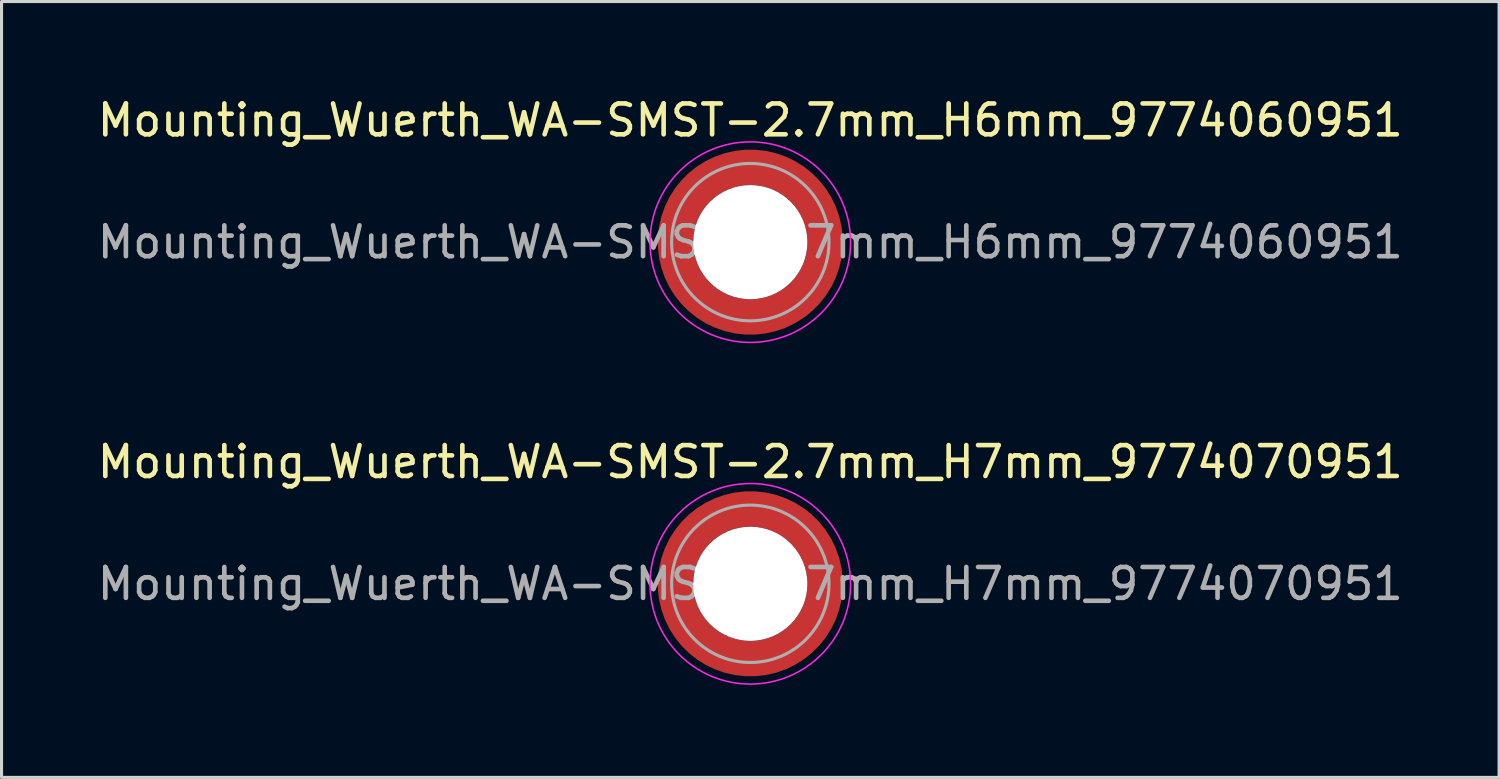
<source format=kicad_pcb>
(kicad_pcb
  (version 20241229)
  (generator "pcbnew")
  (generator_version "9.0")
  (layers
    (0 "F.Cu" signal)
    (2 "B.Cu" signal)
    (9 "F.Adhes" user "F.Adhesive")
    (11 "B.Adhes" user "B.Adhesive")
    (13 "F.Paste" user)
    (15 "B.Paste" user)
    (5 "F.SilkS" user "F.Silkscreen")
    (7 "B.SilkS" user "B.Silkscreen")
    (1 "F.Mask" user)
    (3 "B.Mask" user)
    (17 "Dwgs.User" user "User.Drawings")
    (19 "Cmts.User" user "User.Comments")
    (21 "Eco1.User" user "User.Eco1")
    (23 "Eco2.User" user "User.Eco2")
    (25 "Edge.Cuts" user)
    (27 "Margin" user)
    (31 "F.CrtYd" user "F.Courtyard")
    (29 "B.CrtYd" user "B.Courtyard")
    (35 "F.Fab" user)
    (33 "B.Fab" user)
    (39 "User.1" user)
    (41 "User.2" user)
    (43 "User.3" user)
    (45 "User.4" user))
  (footprint "Mounting_Wuerth_WA-SMST-2.7mm_H6mm_9774060951"
    (layer "F.Cu")
    (at 21.268 4.798)
    (property "Reference" "Mounting_Wuerth_WA-SMST-2.7mm_H6mm_9774060951" (at 0 -3.95 0) (layer "F.SilkS") (effects (font (size 1 1) (thickness 0.15))))
    (attr smd)
    (fp_circle (center 0 0) (end 3.25 0) (stroke (width 0.05) (type solid)) (fill no) (layer "F.CrtYd"))
    (fp_circle (center 0 0) (end 2.55 0) (stroke (width 0.1) (type solid)) (fill no) (layer "F.Fab"))
    (fp_text user "${REFERENCE}" (at 0 0 0) (layer "F.Fab") (effects (font (size 1 1) (thickness 0.15))))
    (pad "" smd custom (at -1.704 -1.704) (size 0.62 0.62) (layers "F.Paste") (options (anchor circle)) (primitives (gr_arc (start -0.250195 1.279127) (mid 0.289146 0.290681) (end 1.277006 -0.249732) (width 0.2)) (gr_arc (start -0.34334 1.279127) (mid 0.224883 0.226093) (end 1.277452 -0.342992) (width 0.2)) (gr_arc (start -0.436309 1.279127) (mid 0.160537 0.16159) (end 1.277666 -0.436018) (width 0.2)) (gr_arc (start -0.529126 1.279127) (mid 0.095932 0.097343) (end 1.277167 -0.528752) (width 0.2)) (gr_arc (start -0.621807 1.279127) (mid 0.0309 0.033527) (end 1.275473 -0.621136) (width 0.2)) (gr_arc (start -0.71437 1.279127) (mid -0.03322 -0.031206) (end 1.276322 -0.713875) (width 0.2)) (gr_arc (start -0.806826 1.279127) (mid -0.097997 -0.095278) (end 1.275336 -0.806181) (width 0.2)) (gr_arc (start -0.899187 1.279127) (mid -0.161977 -0.160149) (end 1.276577 -0.898769) (width 0.2)) (gr_arc (start -0.991463 1.279127) (mid -0.226842 -0.224133) (end 1.275343 -0.990864) (width 0.2)) (gr_arc (start -1.083663 1.279127) (mid -0.291026 -0.288801) (end 1.276016 -1.083187) (width 0.2)) (gr_line (start 1.279 -0.25) (end 1.279 -1.084) (width 0.2)) (gr_line (start -0.25 1.279) (end -1.084 1.279) (width 0.2))))
    (pad "" smd custom (at -1.704 1.704) (size 0.62 0.62) (layers "F.Paste") (options (anchor circle)) (primitives (gr_arc (start 1.279127 0.250195) (mid 0.290681 -0.289146) (end -0.249732 -1.277006) (width 0.2)) (gr_arc (start 1.279127 0.34334) (mid 0.226093 -0.224883) (end -0.342992 -1.277452) (width 0.2)) (gr_arc (start 1.279127 0.436309) (mid 0.16159 -0.160537) (end -0.436018 -1.277666) (width 0.2)) (gr_arc (start 1.279127 0.529126) (mid 0.097343 -0.095932) (end -0.528752 -1.277167) (width 0.2)) (gr_arc (start 1.279127 0.621807) (mid 0.033527 -0.0309) (end -0.621136 -1.275473) (width 0.2)) (gr_arc (start 1.279127 0.71437) (mid -0.031206 0.03322) (end -0.713875 -1.276322) (width 0.2)) (gr_arc (start 1.279127 0.806826) (mid -0.095278 0.097997) (end -0.806181 -1.275336) (width 0.2)) (gr_arc (start 1.279127 0.899187) (mid -0.160149 0.161977) (end -0.898769 -1.276577) (width 0.2)) (gr_arc (start 1.279127 0.991463) (mid -0.224133 0.226842) (end -0.990864 -1.275343) (width 0.2)) (gr_arc (start 1.279127 1.083663) (mid -0.288801 0.291026) (end -1.083187 -1.276016) (width 0.2)) (gr_line (start -0.25 -1.279) (end -1.084 -1.279) (width 0.2)) (gr_line (start 1.279 0.25) (end 1.279 1.084) (width 0.2))))
    (pad "" np_thru_hole circle (at 0 0) (size 3.7 3.7) (drill 3.7) (layers "*.Cu" "*.Mask"))
    (pad "" smd custom (at 1.704 -1.704) (size 0.62 0.62) (layers "F.Paste") (options (anchor circle)) (primitives (gr_arc (start -1.279127 -0.250195) (mid -0.290681 0.289146) (end 0.249732 1.277006) (width 0.2)) (gr_arc (start -1.279127 -0.34334) (mid -0.226093 0.224883) (end 0.342992 1.277452) (width 0.2)) (gr_arc (start -1.279127 -0.436309) (mid -0.16159 0.160537) (end 0.436018 1.277666) (width 0.2)) (gr_arc (start -1.279127 -0.529126) (mid -0.097343 0.095932) (end 0.528752 1.277167) (width 0.2)) (gr_arc (start -1.279127 -0.621807) (mid -0.033527 0.0309) (end 0.621136 1.275473) (width 0.2)) (gr_arc (start -1.279127 -0.71437) (mid 0.031206 -0.03322) (end 0.713875 1.276322) (width 0.2)) (gr_arc (start -1.279127 -0.806826) (mid 0.095278 -0.097997) (end 0.806181 1.275336) (width 0.2)) (gr_arc (start -1.279127 -0.899187) (mid 0.160149 -0.161977) (end 0.898769 1.276577) (width 0.2)) (gr_arc (start -1.279127 -0.991463) (mid 0.224133 -0.226842) (end 0.990864 1.275343) (width 0.2)) (gr_arc (start -1.279127 -1.083663) (mid 0.288801 -0.291026) (end 1.083187 1.276016) (width 0.2)) (gr_line (start 0.25 1.279) (end 1.084 1.279) (width 0.2)) (gr_line (start -1.279 -0.25) (end -1.279 -1.084) (width 0.2))))
    (pad "" smd custom (at 1.704 1.704) (size 0.62 0.62) (layers "F.Paste") (options (anchor circle)) (primitives (gr_arc (start 0.250195 -1.279127) (mid -0.289146 -0.290681) (end -1.277006 0.249732) (width 0.2)) (gr_arc (start 0.34334 -1.279127) (mid -0.224883 -0.226093) (end -1.277452 0.342992) (width 0.2)) (gr_arc (start 0.436309 -1.279127) (mid -0.160537 -0.16159) (end -1.277666 0.436018) (width 0.2)) (gr_arc (start 0.529126 -1.279127) (mid -0.095932 -0.097343) (end -1.277167 0.528752) (width 0.2)) (gr_arc (start 0.621807 -1.279127) (mid -0.0309 -0.033527) (end -1.275473 0.621136) (width 0.2)) (gr_arc (start 0.71437 -1.279127) (mid 0.03322 0.031206) (end -1.276322 0.713875) (width 0.2)) (gr_arc (start 0.806826 -1.279127) (mid 0.097997 0.095278) (end -1.275336 0.806181) (width 0.2)) (gr_arc (start 0.899187 -1.279127) (mid 0.161977 0.160149) (end -1.276577 0.898769) (width 0.2)) (gr_arc (start 0.991463 -1.279127) (mid 0.226842 0.224133) (end -1.275343 0.990864) (width 0.2)) (gr_arc (start 1.083663 -1.279127) (mid 0.291026 0.288801) (end -1.276016 1.083187) (width 0.2)) (gr_line (start -1.279 0.25) (end -1.279 1.084) (width 0.2)) (gr_line (start 0.25 -1.279) (end 1.084 -1.279) (width 0.2))))
    (pad "1" smd circle (at -2.425 0) (size 0.75 0.75) (layers "F.Cu"))
    (pad "1" smd circle (at 0 -2.425) (size 0.75 0.75) (layers "F.Cu"))
    (pad "1" smd circle (at 0 2.425) (size 0.75 0.75) (layers "F.Cu"))
    (pad "1" smd custom (at 2.425 0) (size 0.75 0.75) (layers "F.Cu" "F.Mask") (options (anchor circle)) (primitives (gr_circle (center -2.425 0) (end 0 0) (width 1.15) (fill no)))))
  (footprint "Mounting_Wuerth_WA-SMST-2.7mm_H7mm_9774070951"
    (layer "F.Cu")
    (at 21.268 15.871)
    (property "Reference" "Mounting_Wuerth_WA-SMST-2.7mm_H7mm_9774070951" (at 0 -3.95 0) (layer "F.SilkS") (effects (font (size 1 1) (thickness 0.15))))
    (attr smd)
    (fp_circle (center 0 0) (end 3.25 0) (stroke (width 0.05) (type solid)) (fill no) (layer "F.CrtYd"))
    (fp_circle (center 0 0) (end 2.55 0) (stroke (width 0.1) (type solid)) (fill no) (layer "F.Fab"))
    (fp_text user "${REFERENCE}" (at 0 0 0) (layer "F.Fab") (effects (font (size 1 1) (thickness 0.15))))
    (pad "" smd custom (at -1.704 -1.704) (size 0.62 0.62) (layers "F.Paste") (options (anchor circle)) (primitives (gr_arc (start -0.250195 1.279127) (mid 0.289146 0.290681) (end 1.277006 -0.249732) (width 0.2)) (gr_arc (start -0.34334 1.279127) (mid 0.224883 0.226093) (end 1.277452 -0.342992) (width 0.2)) (gr_arc (start -0.436309 1.279127) (mid 0.160537 0.16159) (end 1.277666 -0.436018) (width 0.2)) (gr_arc (start -0.529126 1.279127) (mid 0.095932 0.097343) (end 1.277167 -0.528752) (width 0.2)) (gr_arc (start -0.621807 1.279127) (mid 0.0309 0.033527) (end 1.275473 -0.621136) (width 0.2)) (gr_arc (start -0.71437 1.279127) (mid -0.03322 -0.031206) (end 1.276322 -0.713875) (width 0.2)) (gr_arc (start -0.806826 1.279127) (mid -0.097997 -0.095278) (end 1.275336 -0.806181) (width 0.2)) (gr_arc (start -0.899187 1.279127) (mid -0.161977 -0.160149) (end 1.276577 -0.898769) (width 0.2)) (gr_arc (start -0.991463 1.279127) (mid -0.226842 -0.224133) (end 1.275343 -0.990864) (width 0.2)) (gr_arc (start -1.083663 1.279127) (mid -0.291026 -0.288801) (end 1.276016 -1.083187) (width 0.2)) (gr_line (start 1.279 -0.25) (end 1.279 -1.084) (width 0.2)) (gr_line (start -0.25 1.279) (end -1.084 1.279) (width 0.2))))
    (pad "" smd custom (at -1.704 1.704) (size 0.62 0.62) (layers "F.Paste") (options (anchor circle)) (primitives (gr_arc (start 1.279127 0.250195) (mid 0.290681 -0.289146) (end -0.249732 -1.277006) (width 0.2)) (gr_arc (start 1.279127 0.34334) (mid 0.226093 -0.224883) (end -0.342992 -1.277452) (width 0.2)) (gr_arc (start 1.279127 0.436309) (mid 0.16159 -0.160537) (end -0.436018 -1.277666) (width 0.2)) (gr_arc (start 1.279127 0.529126) (mid 0.097343 -0.095932) (end -0.528752 -1.277167) (width 0.2)) (gr_arc (start 1.279127 0.621807) (mid 0.033527 -0.0309) (end -0.621136 -1.275473) (width 0.2)) (gr_arc (start 1.279127 0.71437) (mid -0.031206 0.03322) (end -0.713875 -1.276322) (width 0.2)) (gr_arc (start 1.279127 0.806826) (mid -0.095278 0.097997) (end -0.806181 -1.275336) (width 0.2)) (gr_arc (start 1.279127 0.899187) (mid -0.160149 0.161977) (end -0.898769 -1.276577) (width 0.2)) (gr_arc (start 1.279127 0.991463) (mid -0.224133 0.226842) (end -0.990864 -1.275343) (width 0.2)) (gr_arc (start 1.279127 1.083663) (mid -0.288801 0.291026) (end -1.083187 -1.276016) (width 0.2)) (gr_line (start -0.25 -1.279) (end -1.084 -1.279) (width 0.2)) (gr_line (start 1.279 0.25) (end 1.279 1.084) (width 0.2))))
    (pad "" np_thru_hole circle (at 0 0) (size 3.7 3.7) (drill 3.7) (layers "*.Cu" "*.Mask"))
    (pad "" smd custom (at 1.704 -1.704) (size 0.62 0.62) (layers "F.Paste") (options (anchor circle)) (primitives (gr_arc (start -1.279127 -0.250195) (mid -0.290681 0.289146) (end 0.249732 1.277006) (width 0.2)) (gr_arc (start -1.279127 -0.34334) (mid -0.226093 0.224883) (end 0.342992 1.277452) (width 0.2)) (gr_arc (start -1.279127 -0.436309) (mid -0.16159 0.160537) (end 0.436018 1.277666) (width 0.2)) (gr_arc (start -1.279127 -0.529126) (mid -0.097343 0.095932) (end 0.528752 1.277167) (width 0.2)) (gr_arc (start -1.279127 -0.621807) (mid -0.033527 0.0309) (end 0.621136 1.275473) (width 0.2)) (gr_arc (start -1.279127 -0.71437) (mid 0.031206 -0.03322) (end 0.713875 1.276322) (width 0.2)) (gr_arc (start -1.279127 -0.806826) (mid 0.095278 -0.097997) (end 0.806181 1.275336) (width 0.2)) (gr_arc (start -1.279127 -0.899187) (mid 0.160149 -0.161977) (end 0.898769 1.276577) (width 0.2)) (gr_arc (start -1.279127 -0.991463) (mid 0.224133 -0.226842) (end 0.990864 1.275343) (width 0.2)) (gr_arc (start -1.279127 -1.083663) (mid 0.288801 -0.291026) (end 1.083187 1.276016) (width 0.2)) (gr_line (start 0.25 1.279) (end 1.084 1.279) (width 0.2)) (gr_line (start -1.279 -0.25) (end -1.279 -1.084) (width 0.2))))
    (pad "" smd custom (at 1.704 1.704) (size 0.62 0.62) (layers "F.Paste") (options (anchor circle)) (primitives (gr_arc (start 0.250195 -1.279127) (mid -0.289146 -0.290681) (end -1.277006 0.249732) (width 0.2)) (gr_arc (start 0.34334 -1.279127) (mid -0.224883 -0.226093) (end -1.277452 0.342992) (width 0.2)) (gr_arc (start 0.436309 -1.279127) (mid -0.160537 -0.16159) (end -1.277666 0.436018) (width 0.2)) (gr_arc (start 0.529126 -1.279127) (mid -0.095932 -0.097343) (end -1.277167 0.528752) (width 0.2)) (gr_arc (start 0.621807 -1.279127) (mid -0.0309 -0.033527) (end -1.275473 0.621136) (width 0.2)) (gr_arc (start 0.71437 -1.279127) (mid 0.03322 0.031206) (end -1.276322 0.713875) (width 0.2)) (gr_arc (start 0.806826 -1.279127) (mid 0.097997 0.095278) (end -1.275336 0.806181) (width 0.2)) (gr_arc (start 0.899187 -1.279127) (mid 0.161977 0.160149) (end -1.276577 0.898769) (width 0.2)) (gr_arc (start 0.991463 -1.279127) (mid 0.226842 0.224133) (end -1.275343 0.990864) (width 0.2)) (gr_arc (start 1.083663 -1.279127) (mid 0.291026 0.288801) (end -1.276016 1.083187) (width 0.2)) (gr_line (start -1.279 0.25) (end -1.279 1.084) (width 0.2)) (gr_line (start 0.25 -1.279) (end 1.084 -1.279) (width 0.2))))
    (pad "1" smd circle (at -2.425 0) (size 0.75 0.75) (layers "F.Cu"))
    (pad "1" smd circle (at 0 -2.425) (size 0.75 0.75) (layers "F.Cu"))
    (pad "1" smd circle (at 0 2.425) (size 0.75 0.75) (layers "F.Cu"))
    (pad "1" smd custom (at 2.425 0) (size 0.75 0.75) (layers "F.Cu" "F.Mask") (options (anchor circle)) (primitives (gr_circle (center -2.425 0) (end 0 0) (width 1.15) (fill no)))))
  (gr_rect
    (start -3 -3)
    (end 45.536 22.146)
    (stroke (width 0.1) (type default))
    (fill no)
    (layer "Edge.Cuts")))
</source>
